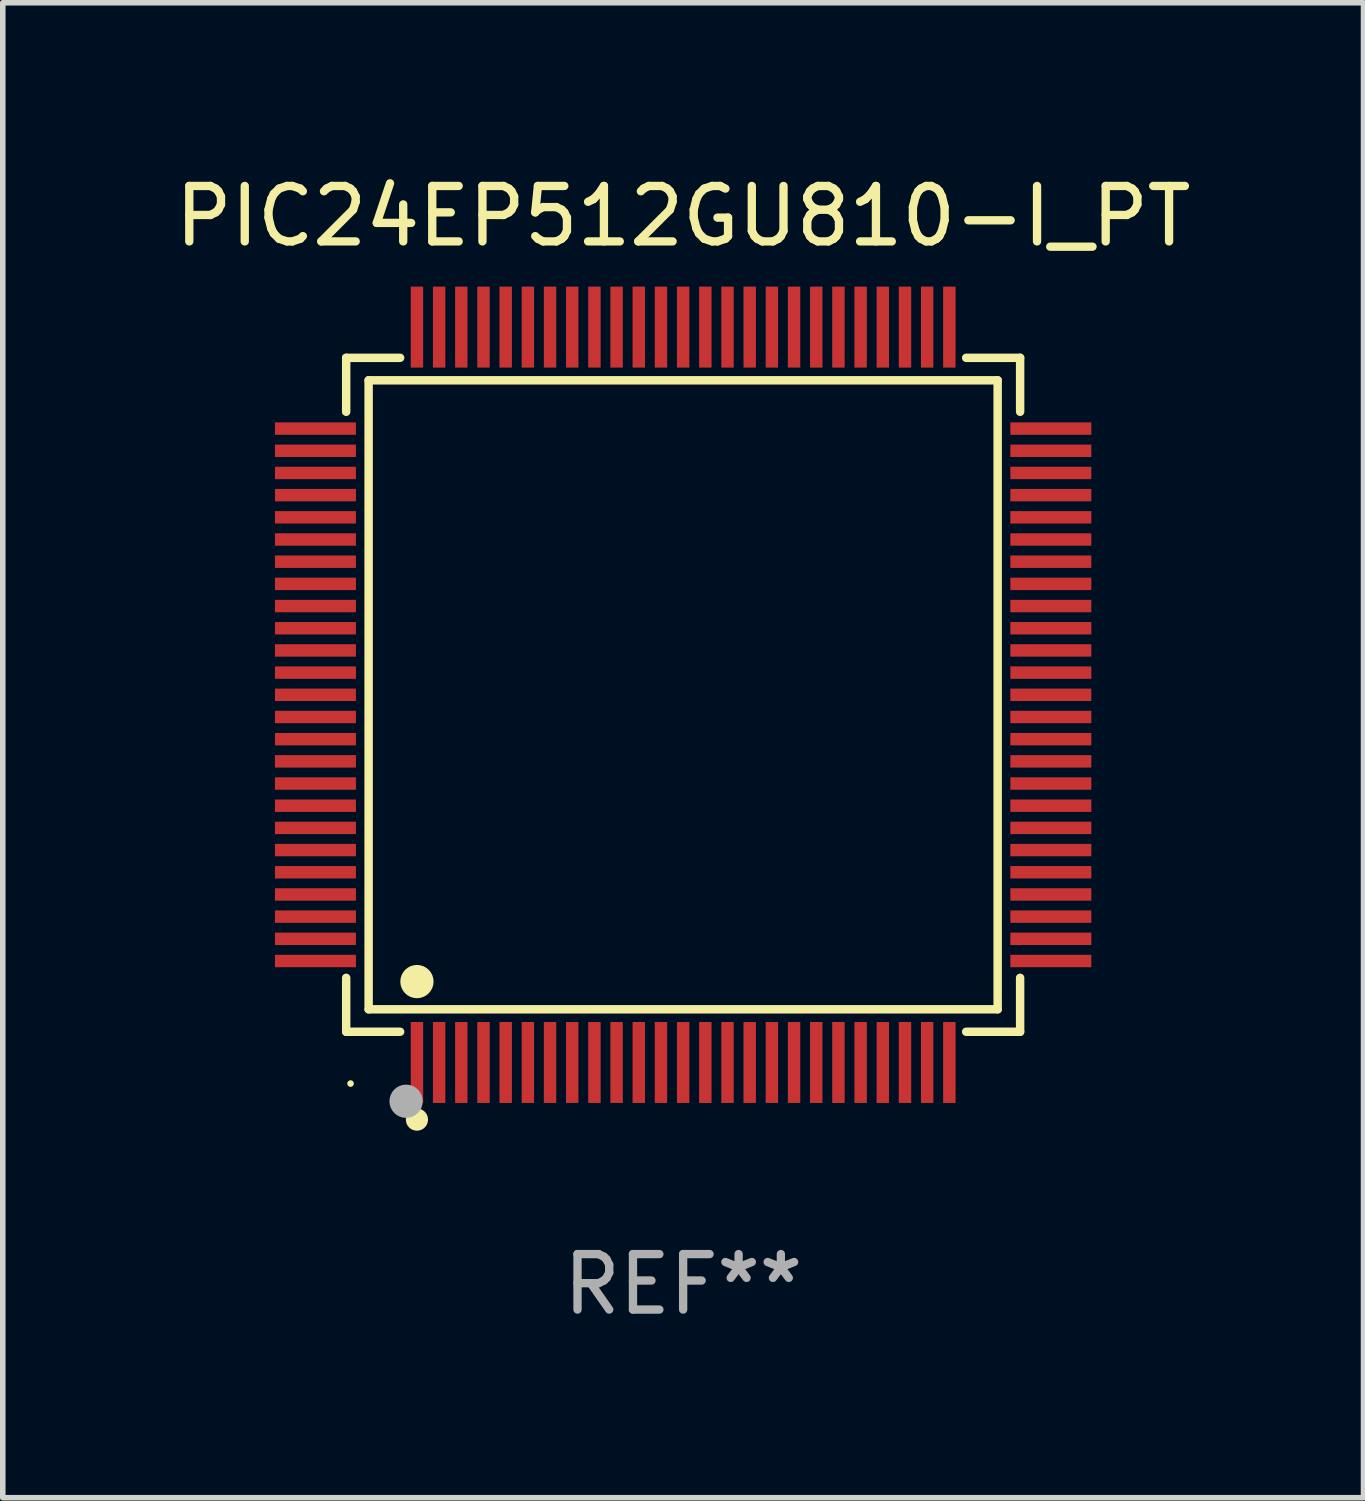
<source format=kicad_pcb>
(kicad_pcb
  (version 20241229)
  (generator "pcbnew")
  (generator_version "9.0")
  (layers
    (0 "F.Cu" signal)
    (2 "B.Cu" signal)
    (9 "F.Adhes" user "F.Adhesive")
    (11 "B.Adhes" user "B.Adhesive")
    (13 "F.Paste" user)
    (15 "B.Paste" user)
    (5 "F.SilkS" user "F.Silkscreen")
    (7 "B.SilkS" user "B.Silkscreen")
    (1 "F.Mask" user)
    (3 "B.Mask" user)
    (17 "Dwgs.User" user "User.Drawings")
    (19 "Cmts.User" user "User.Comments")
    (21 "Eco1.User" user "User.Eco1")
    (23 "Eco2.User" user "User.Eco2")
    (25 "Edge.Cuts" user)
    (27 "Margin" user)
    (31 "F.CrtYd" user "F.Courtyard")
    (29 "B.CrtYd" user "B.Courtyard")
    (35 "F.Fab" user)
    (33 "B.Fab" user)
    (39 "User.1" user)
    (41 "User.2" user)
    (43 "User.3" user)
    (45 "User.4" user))
  (footprint "PIC24EP512GU810-I_PT"
    (layer "F.Cu")
    (at 9.268 9.478)
    (property "Reference" "PIC24EP512GU810-I_PT" (at 0 -8.63 0) (layer "F.SilkS") (effects (font (size 1 1) (thickness 0.15))))
    (attr through_hole)
    (fp_line (start -6.076 -6.076) (end -5.103 -6.076) (stroke (width 0.152) (type solid)) (layer "F.SilkS"))
    (fp_line (start -6.076 -5.103) (end -6.076 -6.076) (stroke (width 0.152) (type solid)) (layer "F.SilkS"))
    (fp_line (start -6.076 5.103) (end -6.076 6.076) (stroke (width 0.152) (type solid)) (layer "F.SilkS"))
    (fp_line (start -6.076 6.076) (end -5.103 6.076) (stroke (width 0.152) (type solid)) (layer "F.SilkS"))
    (fp_line (start -5.671 -5.671) (end 5.671 -5.671) (stroke (width 0.152) (type solid)) (layer "F.SilkS"))
    (fp_line (start -5.671 5.671) (end -5.671 -5.671) (stroke (width 0.152) (type solid)) (layer "F.SilkS"))
    (fp_line (start 5.671 -5.671) (end 5.671 5.671) (stroke (width 0.152) (type solid)) (layer "F.SilkS"))
    (fp_line (start 5.671 5.671) (end -5.671 5.671) (stroke (width 0.152) (type solid)) (layer "F.SilkS"))
    (fp_line (start 6.076 -6.076) (end 5.103 -6.076) (stroke (width 0.152) (type solid)) (layer "F.SilkS"))
    (fp_line (start 6.076 -5.103) (end 6.076 -6.076) (stroke (width 0.152) (type solid)) (layer "F.SilkS"))
    (fp_line (start 6.076 5.103) (end 6.076 6.076) (stroke (width 0.152) (type solid)) (layer "F.SilkS"))
    (fp_line (start 6.076 6.076) (end 5.103 6.076) (stroke (width 0.152) (type solid)) (layer "F.SilkS"))
    (fp_circle (center -5.997 7.01) (end -5.967 7.01) (stroke (width 0.06) (type solid)) (fill no) (layer "F.SilkS"))
    (fp_circle (center -4.8 5.171) (end -4.65 5.171) (stroke (width 0.3) (type solid)) (fill no) (layer "F.SilkS"))
    (fp_circle (center -4.8 7.66) (end -4.7 7.66) (stroke (width 0.2) (type solid)) (fill no) (layer "F.SilkS"))
    (fp_circle (center -4.996 7.329) (end -4.846 7.329) (stroke (width 0.3) (type solid)) (fill no) (layer "F.Fab"))
    (fp_text user "REF**" (at 0 10.63 0) (layer "F.Fab") (effects (font (size 1 1) (thickness 0.15))))
    (pad "1" smd rect (at -4.8 6.63) (size 0.224 1.46) (layers "F.Cu" "F.Mask" "F.Paste"))
    (pad "2" smd rect (at -4.4 6.63) (size 0.224 1.46) (layers "F.Cu" "F.Mask" "F.Paste"))
    (pad "3" smd rect (at -4 6.63) (size 0.224 1.46) (layers "F.Cu" "F.Mask" "F.Paste"))
    (pad "4" smd rect (at -3.6 6.63) (size 0.224 1.46) (layers "F.Cu" "F.Mask" "F.Paste"))
    (pad "5" smd rect (at -3.2 6.63) (size 0.224 1.46) (layers "F.Cu" "F.Mask" "F.Paste"))
    (pad "6" smd rect (at -2.8 6.63) (size 0.224 1.46) (layers "F.Cu" "F.Mask" "F.Paste"))
    (pad "7" smd rect (at -2.4 6.63) (size 0.224 1.46) (layers "F.Cu" "F.Mask" "F.Paste"))
    (pad "8" smd rect (at -2 6.63) (size 0.224 1.46) (layers "F.Cu" "F.Mask" "F.Paste"))
    (pad "9" smd rect (at -1.6 6.63) (size 0.224 1.46) (layers "F.Cu" "F.Mask" "F.Paste"))
    (pad "10" smd rect (at -1.2 6.63) (size 0.224 1.46) (layers "F.Cu" "F.Mask" "F.Paste"))
    (pad "11" smd rect (at -0.8 6.63) (size 0.224 1.46) (layers "F.Cu" "F.Mask" "F.Paste"))
    (pad "12" smd rect (at -0.4 6.63) (size 0.224 1.46) (layers "F.Cu" "F.Mask" "F.Paste"))
    (pad "13" smd rect (at 0 6.63) (size 0.224 1.46) (layers "F.Cu" "F.Mask" "F.Paste"))
    (pad "14" smd rect (at 0.4 6.63) (size 0.224 1.46) (layers "F.Cu" "F.Mask" "F.Paste"))
    (pad "15" smd rect (at 0.8 6.63) (size 0.224 1.46) (layers "F.Cu" "F.Mask" "F.Paste"))
    (pad "16" smd rect (at 1.2 6.63) (size 0.224 1.46) (layers "F.Cu" "F.Mask" "F.Paste"))
    (pad "17" smd rect (at 1.6 6.63) (size 0.224 1.46) (layers "F.Cu" "F.Mask" "F.Paste"))
    (pad "18" smd rect (at 2 6.63) (size 0.224 1.46) (layers "F.Cu" "F.Mask" "F.Paste"))
    (pad "19" smd rect (at 2.4 6.63) (size 0.224 1.46) (layers "F.Cu" "F.Mask" "F.Paste"))
    (pad "20" smd rect (at 2.8 6.63) (size 0.224 1.46) (layers "F.Cu" "F.Mask" "F.Paste"))
    (pad "21" smd rect (at 3.2 6.63) (size 0.224 1.46) (layers "F.Cu" "F.Mask" "F.Paste"))
    (pad "22" smd rect (at 3.6 6.63) (size 0.224 1.46) (layers "F.Cu" "F.Mask" "F.Paste"))
    (pad "23" smd rect (at 4 6.63) (size 0.224 1.46) (layers "F.Cu" "F.Mask" "F.Paste"))
    (pad "24" smd rect (at 4.4 6.63) (size 0.224 1.46) (layers "F.Cu" "F.Mask" "F.Paste"))
    (pad "25" smd rect (at 4.8 6.63) (size 0.224 1.46) (layers "F.Cu" "F.Mask" "F.Paste"))
    (pad "26" smd rect (at 6.63 4.8) (size 1.46 0.224) (layers "F.Cu" "F.Mask" "F.Paste"))
    (pad "27" smd rect (at 6.63 4.4) (size 1.46 0.224) (layers "F.Cu" "F.Mask" "F.Paste"))
    (pad "28" smd rect (at 6.63 4) (size 1.46 0.224) (layers "F.Cu" "F.Mask" "F.Paste"))
    (pad "29" smd rect (at 6.63 3.6) (size 1.46 0.224) (layers "F.Cu" "F.Mask" "F.Paste"))
    (pad "30" smd rect (at 6.63 3.2) (size 1.46 0.224) (layers "F.Cu" "F.Mask" "F.Paste"))
    (pad "31" smd rect (at 6.63 2.8) (size 1.46 0.224) (layers "F.Cu" "F.Mask" "F.Paste"))
    (pad "32" smd rect (at 6.63 2.4) (size 1.46 0.224) (layers "F.Cu" "F.Mask" "F.Paste"))
    (pad "33" smd rect (at 6.63 2) (size 1.46 0.224) (layers "F.Cu" "F.Mask" "F.Paste"))
    (pad "34" smd rect (at 6.63 1.6) (size 1.46 0.224) (layers "F.Cu" "F.Mask" "F.Paste"))
    (pad "35" smd rect (at 6.63 1.2) (size 1.46 0.224) (layers "F.Cu" "F.Mask" "F.Paste"))
    (pad "36" smd rect (at 6.63 0.8) (size 1.46 0.224) (layers "F.Cu" "F.Mask" "F.Paste"))
    (pad "37" smd rect (at 6.63 0.4) (size 1.46 0.224) (layers "F.Cu" "F.Mask" "F.Paste"))
    (pad "38" smd rect (at 6.63 0) (size 1.46 0.224) (layers "F.Cu" "F.Mask" "F.Paste"))
    (pad "39" smd rect (at 6.63 -0.4) (size 1.46 0.224) (layers "F.Cu" "F.Mask" "F.Paste"))
    (pad "40" smd rect (at 6.63 -0.8) (size 1.46 0.224) (layers "F.Cu" "F.Mask" "F.Paste"))
    (pad "41" smd rect (at 6.63 -1.2) (size 1.46 0.224) (layers "F.Cu" "F.Mask" "F.Paste"))
    (pad "42" smd rect (at 6.63 -1.6) (size 1.46 0.224) (layers "F.Cu" "F.Mask" "F.Paste"))
    (pad "43" smd rect (at 6.63 -2) (size 1.46 0.224) (layers "F.Cu" "F.Mask" "F.Paste"))
    (pad "44" smd rect (at 6.63 -2.4) (size 1.46 0.224) (layers "F.Cu" "F.Mask" "F.Paste"))
    (pad "45" smd rect (at 6.63 -2.8) (size 1.46 0.224) (layers "F.Cu" "F.Mask" "F.Paste"))
    (pad "46" smd rect (at 6.63 -3.2) (size 1.46 0.224) (layers "F.Cu" "F.Mask" "F.Paste"))
    (pad "47" smd rect (at 6.63 -3.6) (size 1.46 0.224) (layers "F.Cu" "F.Mask" "F.Paste"))
    (pad "48" smd rect (at 6.63 -4) (size 1.46 0.224) (layers "F.Cu" "F.Mask" "F.Paste"))
    (pad "49" smd rect (at 6.63 -4.4) (size 1.46 0.224) (layers "F.Cu" "F.Mask" "F.Paste"))
    (pad "50" smd rect (at 6.63 -4.8) (size 1.46 0.224) (layers "F.Cu" "F.Mask" "F.Paste"))
    (pad "51" smd rect (at 4.8 -6.63) (size 0.224 1.46) (layers "F.Cu" "F.Mask" "F.Paste"))
    (pad "52" smd rect (at 4.4 -6.63) (size 0.224 1.46) (layers "F.Cu" "F.Mask" "F.Paste"))
    (pad "53" smd rect (at 4 -6.63) (size 0.224 1.46) (layers "F.Cu" "F.Mask" "F.Paste"))
    (pad "54" smd rect (at 3.6 -6.63) (size 0.224 1.46) (layers "F.Cu" "F.Mask" "F.Paste"))
    (pad "55" smd rect (at 3.2 -6.63) (size 0.224 1.46) (layers "F.Cu" "F.Mask" "F.Paste"))
    (pad "56" smd rect (at 2.8 -6.63) (size 0.224 1.46) (layers "F.Cu" "F.Mask" "F.Paste"))
    (pad "57" smd rect (at 2.4 -6.63) (size 0.224 1.46) (layers "F.Cu" "F.Mask" "F.Paste"))
    (pad "58" smd rect (at 2 -6.63) (size 0.224 1.46) (layers "F.Cu" "F.Mask" "F.Paste"))
    (pad "59" smd rect (at 1.6 -6.63) (size 0.224 1.46) (layers "F.Cu" "F.Mask" "F.Paste"))
    (pad "60" smd rect (at 1.2 -6.63) (size 0.224 1.46) (layers "F.Cu" "F.Mask" "F.Paste"))
    (pad "61" smd rect (at 0.8 -6.63) (size 0.224 1.46) (layers "F.Cu" "F.Mask" "F.Paste"))
    (pad "62" smd rect (at 0.4 -6.63) (size 0.224 1.46) (layers "F.Cu" "F.Mask" "F.Paste"))
    (pad "63" smd rect (at 0 -6.63) (size 0.224 1.46) (layers "F.Cu" "F.Mask" "F.Paste"))
    (pad "64" smd rect (at -0.4 -6.63) (size 0.224 1.46) (layers "F.Cu" "F.Mask" "F.Paste"))
    (pad "65" smd rect (at -0.8 -6.63) (size 0.224 1.46) (layers "F.Cu" "F.Mask" "F.Paste"))
    (pad "66" smd rect (at -1.2 -6.63) (size 0.224 1.46) (layers "F.Cu" "F.Mask" "F.Paste"))
    (pad "67" smd rect (at -1.6 -6.63) (size 0.224 1.46) (layers "F.Cu" "F.Mask" "F.Paste"))
    (pad "68" smd rect (at -2 -6.63) (size 0.224 1.46) (layers "F.Cu" "F.Mask" "F.Paste"))
    (pad "69" smd rect (at -2.4 -6.63) (size 0.224 1.46) (layers "F.Cu" "F.Mask" "F.Paste"))
    (pad "70" smd rect (at -2.8 -6.63) (size 0.224 1.46) (layers "F.Cu" "F.Mask" "F.Paste"))
    (pad "71" smd rect (at -3.2 -6.63) (size 0.224 1.46) (layers "F.Cu" "F.Mask" "F.Paste"))
    (pad "72" smd rect (at -3.6 -6.63) (size 0.224 1.46) (layers "F.Cu" "F.Mask" "F.Paste"))
    (pad "73" smd rect (at -4 -6.63) (size 0.224 1.46) (layers "F.Cu" "F.Mask" "F.Paste"))
    (pad "74" smd rect (at -4.4 -6.63) (size 0.224 1.46) (layers "F.Cu" "F.Mask" "F.Paste"))
    (pad "75" smd rect (at -4.8 -6.63) (size 0.224 1.46) (layers "F.Cu" "F.Mask" "F.Paste"))
    (pad "76" smd rect (at -6.63 -4.8) (size 1.46 0.224) (layers "F.Cu" "F.Mask" "F.Paste"))
    (pad "77" smd rect (at -6.63 -4.4) (size 1.46 0.224) (layers "F.Cu" "F.Mask" "F.Paste"))
    (pad "78" smd rect (at -6.63 -4) (size 1.46 0.224) (layers "F.Cu" "F.Mask" "F.Paste"))
    (pad "79" smd rect (at -6.63 -3.6) (size 1.46 0.224) (layers "F.Cu" "F.Mask" "F.Paste"))
    (pad "80" smd rect (at -6.63 -3.2) (size 1.46 0.224) (layers "F.Cu" "F.Mask" "F.Paste"))
    (pad "81" smd rect (at -6.63 -2.8) (size 1.46 0.224) (layers "F.Cu" "F.Mask" "F.Paste"))
    (pad "82" smd rect (at -6.63 -2.4) (size 1.46 0.224) (layers "F.Cu" "F.Mask" "F.Paste"))
    (pad "83" smd rect (at -6.63 -2) (size 1.46 0.224) (layers "F.Cu" "F.Mask" "F.Paste"))
    (pad "84" smd rect (at -6.63 -1.6) (size 1.46 0.224) (layers "F.Cu" "F.Mask" "F.Paste"))
    (pad "85" smd rect (at -6.63 -1.2) (size 1.46 0.224) (layers "F.Cu" "F.Mask" "F.Paste"))
    (pad "86" smd rect (at -6.63 -0.8) (size 1.46 0.224) (layers "F.Cu" "F.Mask" "F.Paste"))
    (pad "87" smd rect (at -6.63 -0.4) (size 1.46 0.224) (layers "F.Cu" "F.Mask" "F.Paste"))
    (pad "88" smd rect (at -6.63 0) (size 1.46 0.224) (layers "F.Cu" "F.Mask" "F.Paste"))
    (pad "89" smd rect (at -6.63 0.4) (size 1.46 0.224) (layers "F.Cu" "F.Mask" "F.Paste"))
    (pad "90" smd rect (at -6.63 0.8) (size 1.46 0.224) (layers "F.Cu" "F.Mask" "F.Paste"))
    (pad "91" smd rect (at -6.63 1.2) (size 1.46 0.224) (layers "F.Cu" "F.Mask" "F.Paste"))
    (pad "92" smd rect (at -6.63 1.6) (size 1.46 0.224) (layers "F.Cu" "F.Mask" "F.Paste"))
    (pad "93" smd rect (at -6.63 2) (size 1.46 0.224) (layers "F.Cu" "F.Mask" "F.Paste"))
    (pad "94" smd rect (at -6.63 2.4) (size 1.46 0.224) (layers "F.Cu" "F.Mask" "F.Paste"))
    (pad "95" smd rect (at -6.63 2.8) (size 1.46 0.224) (layers "F.Cu" "F.Mask" "F.Paste"))
    (pad "96" smd rect (at -6.63 3.2) (size 1.46 0.224) (layers "F.Cu" "F.Mask" "F.Paste"))
    (pad "97" smd rect (at -6.63 3.6) (size 1.46 0.224) (layers "F.Cu" "F.Mask" "F.Paste"))
    (pad "98" smd rect (at -6.63 4) (size 1.46 0.224) (layers "F.Cu" "F.Mask" "F.Paste"))
    (pad "99" smd rect (at -6.63 4.4) (size 1.46 0.224) (layers "F.Cu" "F.Mask" "F.Paste"))
    (pad "100" smd rect (at -6.63 4.8) (size 1.46 0.224) (layers "F.Cu" "F.Mask" "F.Paste")))
  (gr_rect
    (start -3 -3)
    (end 21.536 23.956)
    (stroke (width 0.1) (type default))
    (fill no)
    (layer "Edge.Cuts")))
</source>
